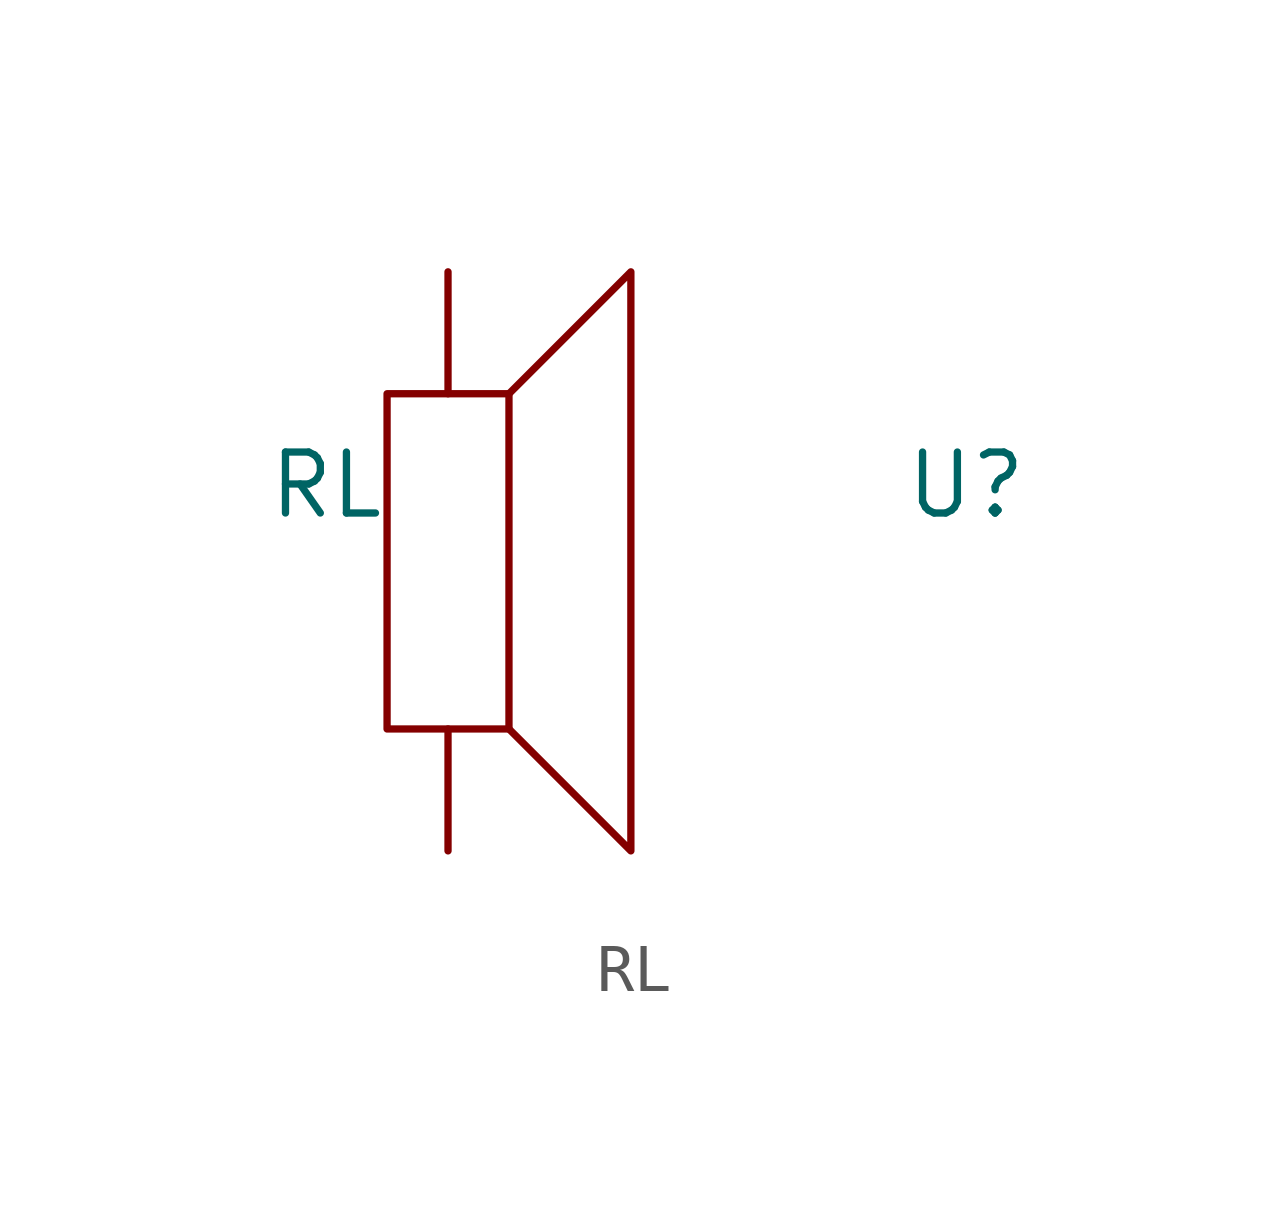
<source format=kicad_sym>
(kicad_symbol_lib
  (version 20211014)
  (generator kicad_symbol_editor)
  (symbol "RL"
    (property "Reference" "U"
      (at 9.525 1.27 0)
      (effects (font (size 1.27 1.27))))
    (property "Value" "RL"
      (at -3.81 1.27 0)
      (effects (font (size 1.27 1.27))))
    (symbol "RL_0_1"
      (rectangle (start -2.54 3.175) (end 0 -3.81) (stroke (width 0) (type default) (color 0 0 0 0)) (fill (type none)))
      (polyline (pts (xy 0 3.175) (xy 2.54 5.715) (xy 2.54 -6.35) (xy 0 -3.81)) (stroke (width 0) (type default) (color 0 0 0 0)) (fill (type none))))
    (symbol "RL_1_1"
      (pin bidirectional line (at -1.27 -6.35 90) (length 2.54) (name "" (effects (font (size 1.27 1.27)))) (number "" (effects (font (size 1.27 1.27)))))
      (pin bidirectional line (at -1.27 5.715 270) (length 2.54) (name "" (effects (font (size 1.27 1.27)))) (number "" (effects (font (size 1.27 1.27))))))))
</source>
